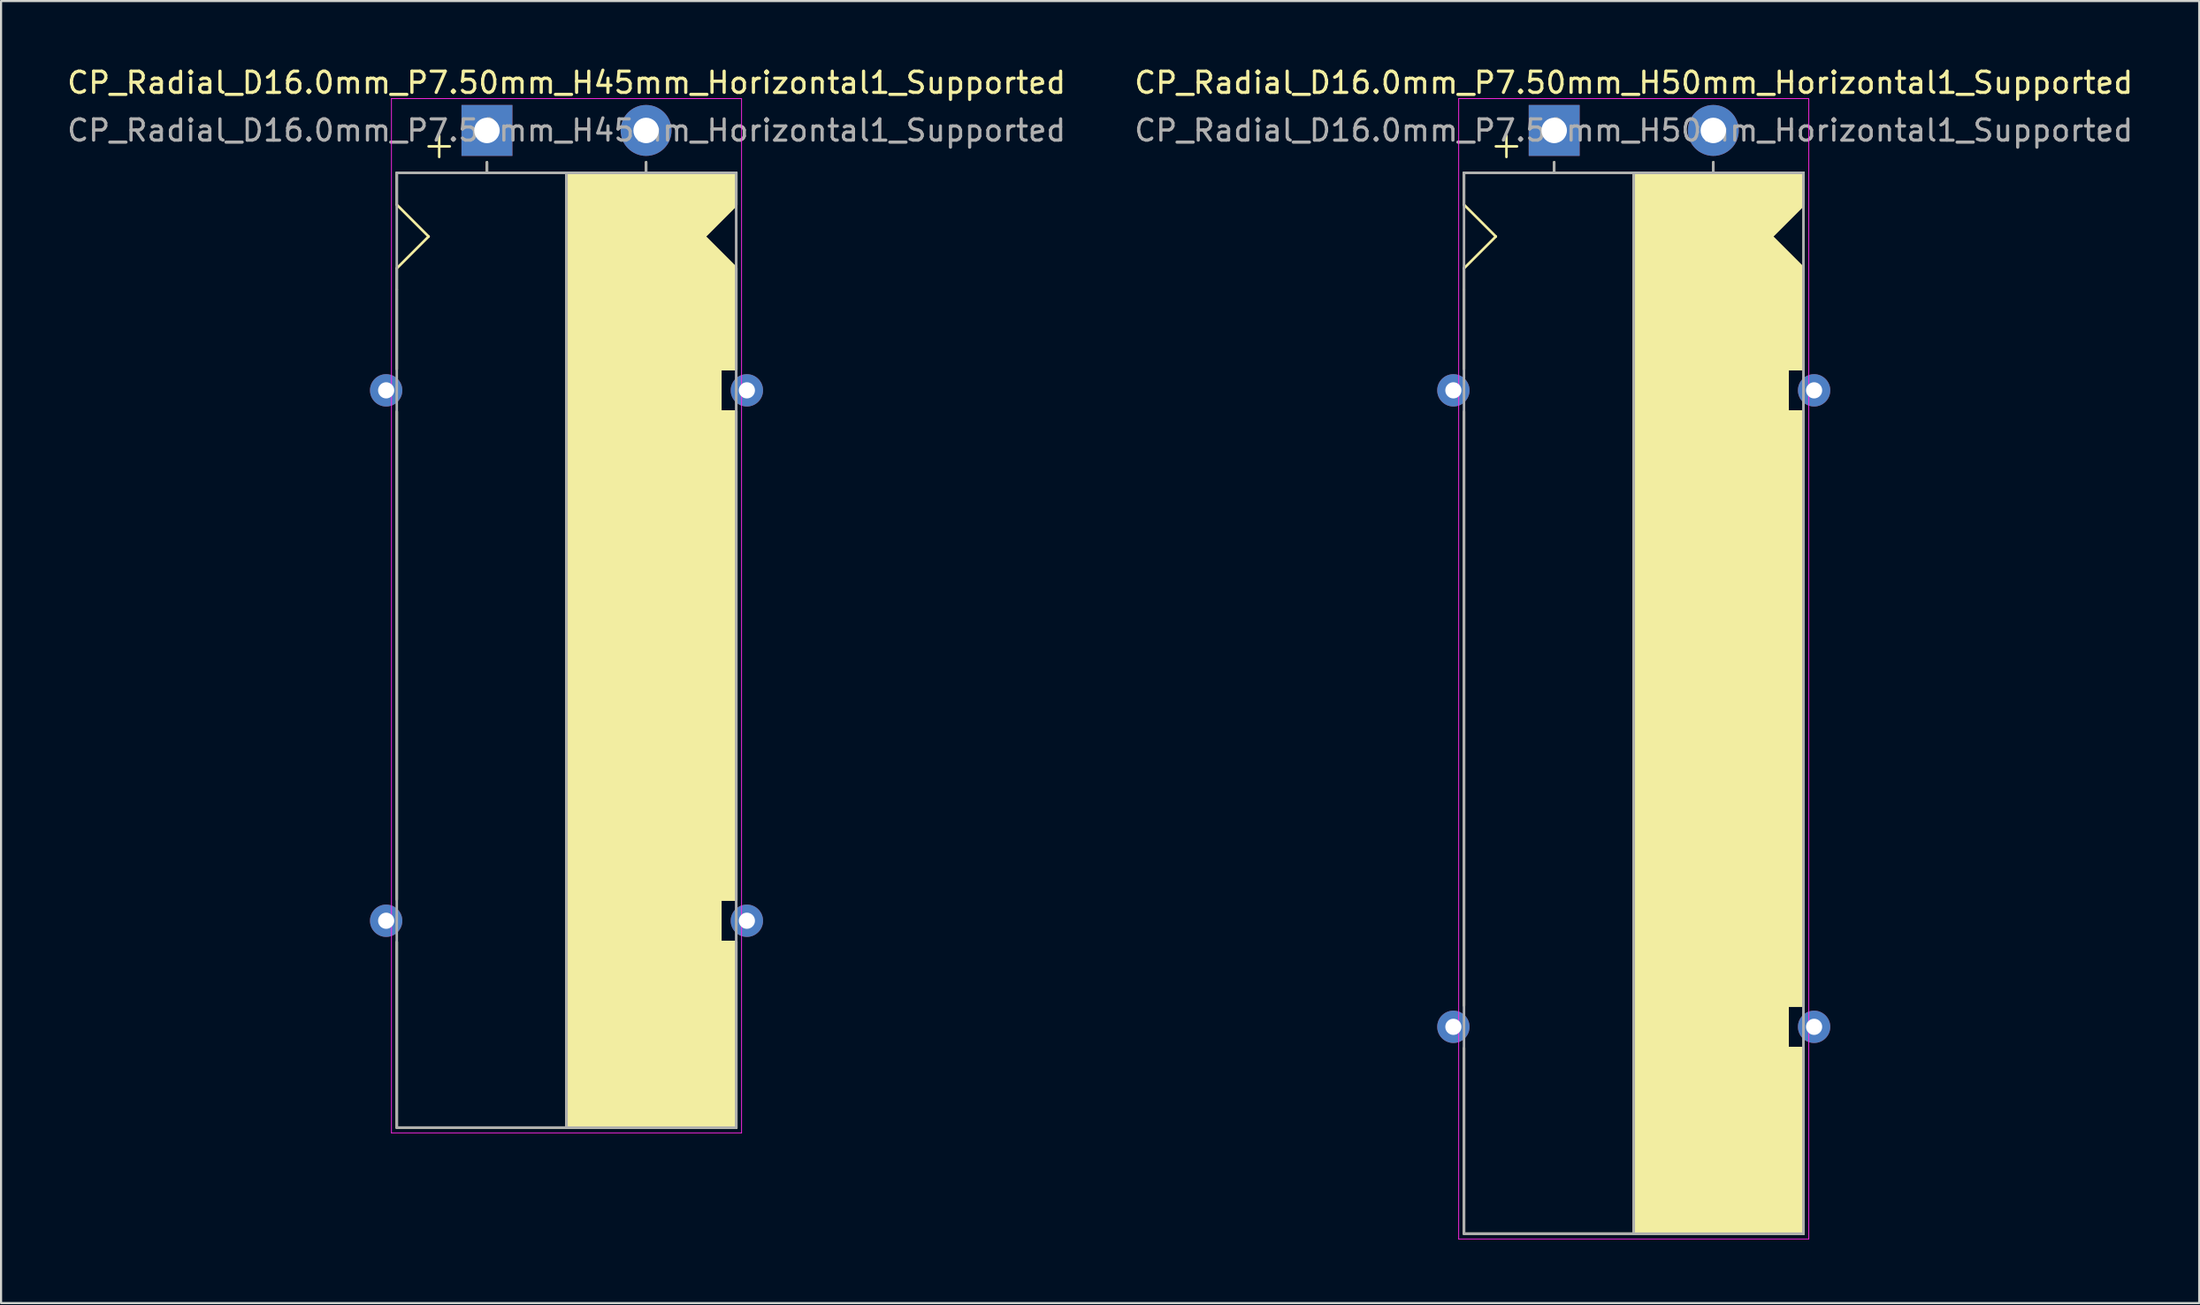
<source format=kicad_pcb>
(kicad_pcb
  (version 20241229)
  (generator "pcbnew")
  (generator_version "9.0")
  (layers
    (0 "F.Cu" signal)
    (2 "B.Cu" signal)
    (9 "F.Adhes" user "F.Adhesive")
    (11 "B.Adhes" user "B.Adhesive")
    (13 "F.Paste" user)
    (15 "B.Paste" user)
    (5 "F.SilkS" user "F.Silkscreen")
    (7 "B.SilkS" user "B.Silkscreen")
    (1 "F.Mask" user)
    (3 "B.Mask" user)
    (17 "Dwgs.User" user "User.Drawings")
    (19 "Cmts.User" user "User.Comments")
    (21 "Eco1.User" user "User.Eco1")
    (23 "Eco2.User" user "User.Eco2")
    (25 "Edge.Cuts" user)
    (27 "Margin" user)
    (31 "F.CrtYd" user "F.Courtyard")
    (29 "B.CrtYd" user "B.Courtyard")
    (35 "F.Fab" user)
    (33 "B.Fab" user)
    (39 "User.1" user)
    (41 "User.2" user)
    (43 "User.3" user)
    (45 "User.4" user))
  (footprint "CP_Radial_D16.0mm_P7.50mm_H50mm_Horizontal1_Supported"
    (layer "F.Cu")
    (at 70.196 3.098)
    (property "Reference" "CP_Radial_D16.0mm_P7.50mm_H50mm_Horizontal1_Supported" (at 3.75 -2.25 0) (layer "F.SilkS") (effects (font (size 1 1) (thickness 0.15))))
    (attr through_hole)
    (fp_line (start -4.25 2) (end -4.25 3.5) (stroke (width 0.12) (type solid)) (layer "F.SilkS"))
    (fp_line (start -4.25 3.5) (end -2.75 5) (stroke (width 0.12) (type solid)) (layer "F.SilkS"))
    (fp_line (start -4.25 6.5) (end -4.25 7.5) (stroke (width 0.12) (type solid)) (layer "F.SilkS"))
    (fp_line (start -4.25 7.5) (end -4.25 11.25) (stroke (width 0.12) (type solid)) (layer "F.SilkS"))
    (fp_line (start -4.25 41.25) (end -4.25 13.25) (stroke (width 0.12) (type solid)) (layer "F.SilkS"))
    (fp_line (start -4.25 43.25) (end -4.25 52) (stroke (width 0.12) (type solid)) (layer "F.SilkS"))
    (fp_line (start -2.75 5) (end -4.25 6.5) (stroke (width 0.12) (type solid)) (layer "F.SilkS"))
    (fp_line (start -2.25 0.25) (end -2.25 1.25) (stroke (width 0.12) (type solid)) (layer "F.SilkS"))
    (fp_line (start -1.75 0.75) (end -2.75 0.75) (stroke (width 0.12) (type solid)) (layer "F.SilkS"))
    (fp_line (start 0 1.5) (end 0 2) (stroke (width 0.12) (type solid)) (layer "F.SilkS"))
    (fp_line (start 3.75 2) (end -4.25 2) (stroke (width 0.12) (type solid)) (layer "F.SilkS"))
    (fp_line (start 3.75 2) (end 3.75 52) (stroke (width 0.12) (type solid)) (layer "F.SilkS"))
    (fp_line (start 3.75 2) (end 11.75 2) (stroke (width 0.12) (type solid)) (layer "F.SilkS"))
    (fp_line (start 7.5 1.5) (end 7.5 2) (stroke (width 0.12) (type solid)) (layer "F.SilkS"))
    (fp_line (start 10.25 5) (end 11.75 6.5) (stroke (width 0.12) (type solid)) (layer "F.SilkS"))
    (fp_line (start 11 11.25) (end 11.75 11.25) (stroke (width 0.12) (type solid)) (layer "F.SilkS"))
    (fp_line (start 11 13.25) (end 11 11.25) (stroke (width 0.12) (type solid)) (layer "F.SilkS"))
    (fp_line (start 11 41.25) (end 11.75 41.25) (stroke (width 0.12) (type solid)) (layer "F.SilkS"))
    (fp_line (start 11 43.25) (end 11 41.25) (stroke (width 0.12) (type solid)) (layer "F.SilkS"))
    (fp_line (start 11.75 2) (end 11.75 3.5) (stroke (width 0.12) (type solid)) (layer "F.SilkS"))
    (fp_line (start 11.75 3.5) (end 10.25 5) (stroke (width 0.12) (type solid)) (layer "F.SilkS"))
    (fp_line (start 11.75 11.25) (end 11.75 6.5) (stroke (width 0.12) (type solid)) (layer "F.SilkS"))
    (fp_line (start 11.75 13.25) (end 11 13.25) (stroke (width 0.12) (type solid)) (layer "F.SilkS"))
    (fp_line (start 11.75 13.25) (end 11.75 41.25) (stroke (width 0.12) (type solid)) (layer "F.SilkS"))
    (fp_line (start 11.75 43.25) (end 11 43.25) (stroke (width 0.12) (type solid)) (layer "F.SilkS"))
    (fp_line (start 11.75 52) (end -4.25 52) (stroke (width 0.12) (type solid)) (layer "F.SilkS"))
    (fp_line (start 11.75 52) (end 11.75 43.25) (stroke (width 0.12) (type solid)) (layer "F.SilkS"))
    (fp_poly (pts (xy 11.75 3.5) (xy 10.25 5) (xy 11.75 6.5) (xy 11.75 11.25) (xy 11 11.25) (xy 11 13.25) (xy 11.75 13.25) (xy 11.75 41.25) (xy 11 41.25) (xy 11 43.25) (xy 11.75 43.25) (xy 11.75 52) (xy 3.75 52) (xy 3.75 2) (xy 11.75 2)) (stroke (width 0.1) (type solid)) (fill yes) (layer "F.SilkS"))
    (fp_line (start -4.5 -1.5) (end 12 -1.5) (stroke (width 0.04) (type solid)) (layer "F.CrtYd"))
    (fp_line (start -4.5 52.25) (end -4.5 -1.5) (stroke (width 0.04) (type solid)) (layer "F.CrtYd"))
    (fp_line (start 12 -1.5) (end 12 52.25) (stroke (width 0.04) (type solid)) (layer "F.CrtYd"))
    (fp_line (start 12 52.25) (end -4.5 52.25) (stroke (width 0.04) (type solid)) (layer "F.CrtYd"))
    (fp_line (start -4.25 2) (end -4.25 52) (stroke (width 0.12) (type solid)) (layer "F.Fab"))
    (fp_line (start -4.25 52) (end 11.75 52) (stroke (width 0.12) (type solid)) (layer "F.Fab"))
    (fp_line (start 0 1.5) (end 0 2) (stroke (width 0.12) (type solid)) (layer "F.Fab"))
    (fp_line (start 0 2) (end -4.25 2) (stroke (width 0.12) (type solid)) (layer "F.Fab"))
    (fp_line (start 3.75 2) (end 3.75 52) (stroke (width 0.12) (type solid)) (layer "F.Fab"))
    (fp_line (start 7.5 1.5) (end 7.5 2) (stroke (width 0.12) (type solid)) (layer "F.Fab"))
    (fp_line (start 11.75 2) (end 0 2) (stroke (width 0.12) (type solid)) (layer "F.Fab"))
    (fp_line (start 11.75 52) (end 11.75 2) (stroke (width 0.12) (type solid)) (layer "F.Fab"))
    (fp_poly (pts (xy 11.75 52) (xy 3.75 52) (xy 3.75 2) (xy 11.75 2)) (stroke (width 0.1) (type solid)) (fill no) (layer "F.Fab"))
    (fp_text user "${REFERENCE}" (at 3.75 0 0) (layer "F.Fab") (effects (font (size 1 1) (thickness 0.15))))
    (pad "" thru_hole circle (at -4.75 12.25) (size 1.524 1.524) (drill 0.762) (layers "*.Cu" "*.Mask"))
    (pad "" thru_hole circle (at -4.75 42.25) (size 1.524 1.524) (drill 0.762) (layers "*.Cu" "*.Mask"))
    (pad "" thru_hole circle (at 12.25 12.25) (size 1.524 1.524) (drill 0.762) (layers "*.Cu" "*.Mask"))
    (pad "" thru_hole circle (at 12.25 42.25) (size 1.524 1.524) (drill 0.762) (layers "*.Cu" "*.Mask"))
    (pad "1" thru_hole rect (at 0 0) (size 2.4 2.4) (drill 1.2) (layers "*.Cu" "*.Mask"))
    (pad "2" thru_hole circle (at 7.5 0) (size 2.4 2.4) (drill 1.2) (layers "*.Cu" "*.Mask")))
  (footprint "CP_Radial_D16.0mm_P7.50mm_H45mm_Horizontal1_Supported"
    (layer "F.Cu")
    (at 19.899 3.098)
    (property "Reference" "CP_Radial_D16.0mm_P7.50mm_H45mm_Horizontal1_Supported" (at 3.75 -2.25 0) (layer "F.SilkS") (effects (font (size 1 1) (thickness 0.15))))
    (attr through_hole)
    (fp_line (start -4.25 2) (end -4.25 3.5) (stroke (width 0.12) (type solid)) (layer "F.SilkS"))
    (fp_line (start -4.25 3.5) (end -2.75 5) (stroke (width 0.12) (type solid)) (layer "F.SilkS"))
    (fp_line (start -4.25 6.5) (end -4.25 7.5) (stroke (width 0.12) (type solid)) (layer "F.SilkS"))
    (fp_line (start -4.25 7.5) (end -4.25 11.25) (stroke (width 0.12) (type solid)) (layer "F.SilkS"))
    (fp_line (start -4.25 36.25) (end -4.25 13.25) (stroke (width 0.12) (type solid)) (layer "F.SilkS"))
    (fp_line (start -4.25 38.25) (end -4.25 47) (stroke (width 0.12) (type solid)) (layer "F.SilkS"))
    (fp_line (start -2.75 5) (end -4.25 6.5) (stroke (width 0.12) (type solid)) (layer "F.SilkS"))
    (fp_line (start -2.25 0.25) (end -2.25 1.25) (stroke (width 0.12) (type solid)) (layer "F.SilkS"))
    (fp_line (start -1.75 0.75) (end -2.75 0.75) (stroke (width 0.12) (type solid)) (layer "F.SilkS"))
    (fp_line (start 0 1.5) (end 0 2) (stroke (width 0.12) (type solid)) (layer "F.SilkS"))
    (fp_line (start 3.75 2) (end -4.25 2) (stroke (width 0.12) (type solid)) (layer "F.SilkS"))
    (fp_line (start 3.75 2) (end 3.75 47) (stroke (width 0.12) (type solid)) (layer "F.SilkS"))
    (fp_line (start 3.75 2) (end 11.75 2) (stroke (width 0.12) (type solid)) (layer "F.SilkS"))
    (fp_line (start 7.5 1.5) (end 7.5 2) (stroke (width 0.12) (type solid)) (layer "F.SilkS"))
    (fp_line (start 10.25 5) (end 11.75 6.5) (stroke (width 0.12) (type solid)) (layer "F.SilkS"))
    (fp_line (start 11 11.25) (end 11.75 11.25) (stroke (width 0.12) (type solid)) (layer "F.SilkS"))
    (fp_line (start 11 13.25) (end 11 11.25) (stroke (width 0.12) (type solid)) (layer "F.SilkS"))
    (fp_line (start 11 36.25) (end 11.75 36.25) (stroke (width 0.12) (type solid)) (layer "F.SilkS"))
    (fp_line (start 11 38.25) (end 11 36.25) (stroke (width 0.12) (type solid)) (layer "F.SilkS"))
    (fp_line (start 11.75 2) (end 11.75 3.5) (stroke (width 0.12) (type solid)) (layer "F.SilkS"))
    (fp_line (start 11.75 3.5) (end 10.25 5) (stroke (width 0.12) (type solid)) (layer "F.SilkS"))
    (fp_line (start 11.75 11.25) (end 11.75 6.5) (stroke (width 0.12) (type solid)) (layer "F.SilkS"))
    (fp_line (start 11.75 13.25) (end 11 13.25) (stroke (width 0.12) (type solid)) (layer "F.SilkS"))
    (fp_line (start 11.75 13.25) (end 11.75 36.25) (stroke (width 0.12) (type solid)) (layer "F.SilkS"))
    (fp_line (start 11.75 38.25) (end 11 38.25) (stroke (width 0.12) (type solid)) (layer "F.SilkS"))
    (fp_line (start 11.75 47) (end -4.25 47) (stroke (width 0.12) (type solid)) (layer "F.SilkS"))
    (fp_line (start 11.75 47) (end 11.75 38.25) (stroke (width 0.12) (type solid)) (layer "F.SilkS"))
    (fp_poly (pts (xy 11.75 3.5) (xy 10.25 5) (xy 11.75 6.5) (xy 11.75 11.25) (xy 11 11.25) (xy 11 13.25) (xy 11.75 13.25) (xy 11.75 36.25) (xy 11 36.25) (xy 11 38.25) (xy 11.75 38.25) (xy 11.75 47) (xy 3.75 47) (xy 3.75 2) (xy 11.75 2)) (stroke (width 0.1) (type solid)) (fill yes) (layer "F.SilkS"))
    (fp_line (start -4.5 -1.5) (end 12 -1.5) (stroke (width 0.04) (type solid)) (layer "F.CrtYd"))
    (fp_line (start -4.5 47.25) (end -4.5 -1.5) (stroke (width 0.04) (type solid)) (layer "F.CrtYd"))
    (fp_line (start 12 -1.5) (end 12 47.25) (stroke (width 0.04) (type solid)) (layer "F.CrtYd"))
    (fp_line (start 12 47.25) (end -4.5 47.25) (stroke (width 0.04) (type solid)) (layer "F.CrtYd"))
    (fp_line (start -4.25 2) (end -4.25 47) (stroke (width 0.12) (type solid)) (layer "F.Fab"))
    (fp_line (start -4.25 47) (end 11.75 47) (stroke (width 0.12) (type solid)) (layer "F.Fab"))
    (fp_line (start 0 1.5) (end 0 2) (stroke (width 0.12) (type solid)) (layer "F.Fab"))
    (fp_line (start 0 2) (end -4.25 2) (stroke (width 0.12) (type solid)) (layer "F.Fab"))
    (fp_line (start 3.75 2) (end 3.75 47) (stroke (width 0.12) (type solid)) (layer "F.Fab"))
    (fp_line (start 7.5 1.5) (end 7.5 2) (stroke (width 0.12) (type solid)) (layer "F.Fab"))
    (fp_line (start 11.75 2) (end 0 2) (stroke (width 0.12) (type solid)) (layer "F.Fab"))
    (fp_line (start 11.75 47) (end 11.75 2) (stroke (width 0.12) (type solid)) (layer "F.Fab"))
    (fp_poly (pts (xy 11.75 47) (xy 3.75 47) (xy 3.75 2) (xy 11.75 2)) (stroke (width 0.1) (type solid)) (fill no) (layer "F.Fab"))
    (fp_text user "${REFERENCE}" (at 3.75 0 0) (layer "F.Fab") (effects (font (size 1 1) (thickness 0.15))))
    (pad "" thru_hole circle (at -4.75 12.25) (size 1.524 1.524) (drill 0.762) (layers "*.Cu" "*.Mask"))
    (pad "" thru_hole circle (at -4.75 37.25) (size 1.524 1.524) (drill 0.762) (layers "*.Cu" "*.Mask"))
    (pad "" thru_hole circle (at 12.25 12.25) (size 1.524 1.524) (drill 0.762) (layers "*.Cu" "*.Mask"))
    (pad "" thru_hole circle (at 12.25 37.25) (size 1.524 1.524) (drill 0.762) (layers "*.Cu" "*.Mask"))
    (pad "1" thru_hole rect (at 0 0) (size 2.4 2.4) (drill 1.2) (layers "*.Cu" "*.Mask"))
    (pad "2" thru_hole circle (at 7.5 0) (size 2.4 2.4) (drill 1.2) (layers "*.Cu" "*.Mask")))
  (gr_rect
    (start -3 -3)
    (end 100.595 58.368)
    (stroke (width 0.1) (type default))
    (fill no)
    (layer "Edge.Cuts")))
</source>
